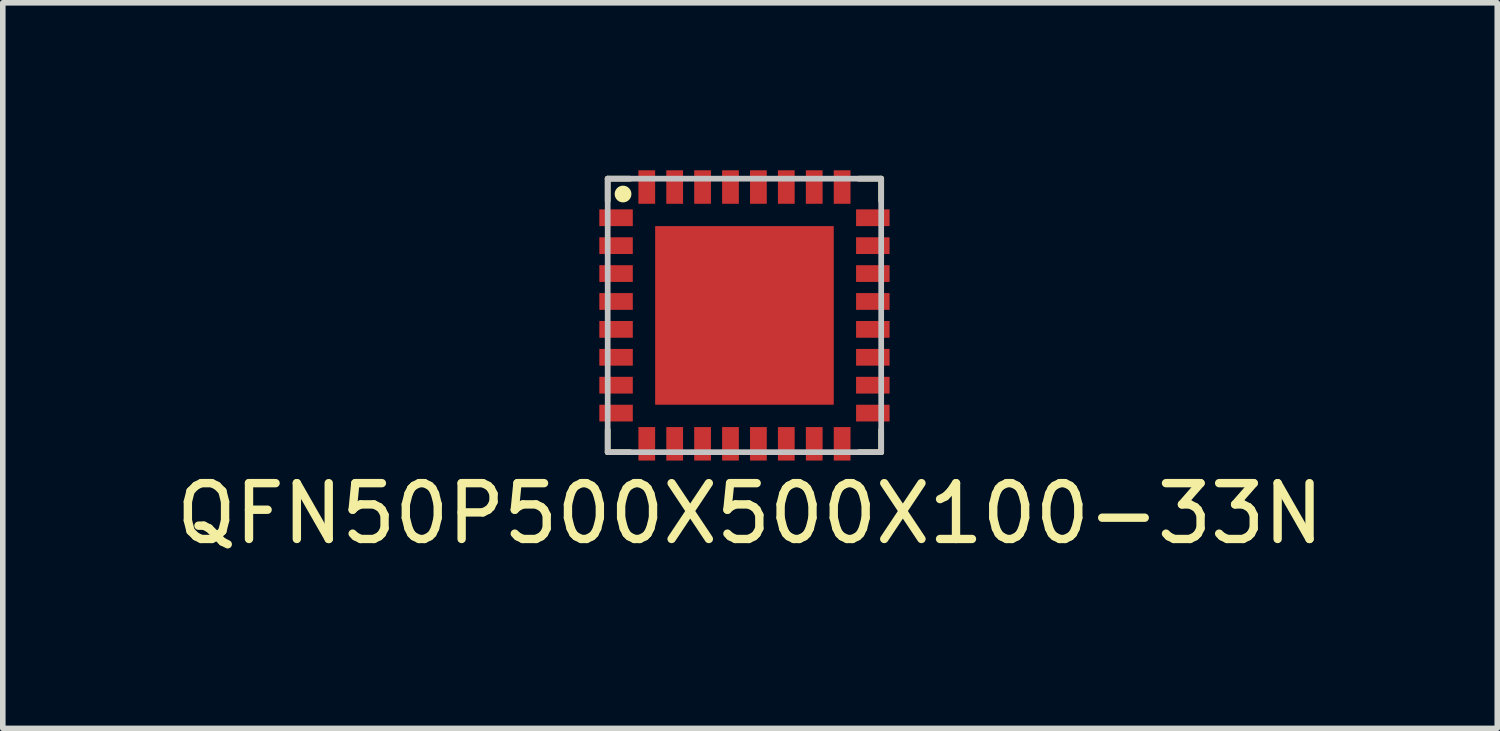
<source format=kicad_pcb>
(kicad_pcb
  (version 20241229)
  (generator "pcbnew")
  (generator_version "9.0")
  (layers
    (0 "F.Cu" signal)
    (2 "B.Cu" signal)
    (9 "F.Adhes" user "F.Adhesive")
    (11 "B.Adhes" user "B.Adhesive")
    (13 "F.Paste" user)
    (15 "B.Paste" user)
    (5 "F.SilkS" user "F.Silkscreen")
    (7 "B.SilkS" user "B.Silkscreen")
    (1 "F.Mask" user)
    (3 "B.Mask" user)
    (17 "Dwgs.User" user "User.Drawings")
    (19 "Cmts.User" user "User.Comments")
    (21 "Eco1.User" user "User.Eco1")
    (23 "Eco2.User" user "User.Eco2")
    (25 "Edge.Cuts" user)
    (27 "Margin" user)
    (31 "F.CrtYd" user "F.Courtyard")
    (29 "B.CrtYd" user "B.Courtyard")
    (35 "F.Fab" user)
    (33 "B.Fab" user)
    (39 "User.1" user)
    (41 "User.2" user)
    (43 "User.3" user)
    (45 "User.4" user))
  (footprint "QFN50P500X500X100-33N"
    (layer "F.Cu")
    (at 10.287 2.601)
    (property "Reference" "QFN50P500X500X100-33N" (at 0.1 3.55 0) (layer "F.SilkS") (effects (font (size 1 1) (thickness 0.15))))
    (attr smd)
    (fp_poly (pts (xy -2.55 -1.35) (xy -2.05 -1.35) (xy -2.05 -1.15) (xy -2.55 -1.15)) (stroke (width 0.102) (type solid)) (fill yes) (layer "F.Mask"))
    (fp_poly (pts (xy -2.55 -0.85) (xy -2.05 -0.85) (xy -2.05 -0.65) (xy -2.55 -0.65)) (stroke (width 0.102) (type solid)) (fill yes) (layer "F.Mask"))
    (fp_poly (pts (xy -2.55 -0.35) (xy -2.05 -0.35) (xy -2.05 -0.15) (xy -2.55 -0.15)) (stroke (width 0.102) (type solid)) (fill yes) (layer "F.Mask"))
    (fp_poly (pts (xy -2.55 0.15) (xy -2.05 0.15) (xy -2.05 0.35) (xy -2.55 0.35)) (stroke (width 0.102) (type solid)) (fill yes) (layer "F.Mask"))
    (fp_poly (pts (xy -2.55 0.65) (xy -2.05 0.65) (xy -2.05 0.85) (xy -2.55 0.85)) (stroke (width 0.102) (type solid)) (fill yes) (layer "F.Mask"))
    (fp_poly (pts (xy -2.55 1.15) (xy -2.05 1.15) (xy -2.05 1.35) (xy -2.55 1.35)) (stroke (width 0.102) (type solid)) (fill yes) (layer "F.Mask"))
    (fp_poly (pts (xy -1.35 2.55) (xy -1.35 2.05) (xy -1.15 2.05) (xy -1.15 2.55)) (stroke (width 0.102) (type solid)) (fill yes) (layer "F.Mask"))
    (fp_poly (pts (xy -1.15 -2.55) (xy -1.15 -2.05) (xy -1.35 -2.05) (xy -1.35 -2.55)) (stroke (width 0.102) (type solid)) (fill yes) (layer "F.Mask"))
    (fp_poly (pts (xy -0.85 2.55) (xy -0.85 2.05) (xy -0.65 2.05) (xy -0.65 2.55)) (stroke (width 0.102) (type solid)) (fill yes) (layer "F.Mask"))
    (fp_poly (pts (xy -0.65 -2.55) (xy -0.65 -2.05) (xy -0.85 -2.05) (xy -0.85 -2.55)) (stroke (width 0.102) (type solid)) (fill yes) (layer "F.Mask"))
    (fp_poly (pts (xy -0.35 2.55) (xy -0.35 2.05) (xy -0.15 2.05) (xy -0.15 2.55)) (stroke (width 0.102) (type solid)) (fill yes) (layer "F.Mask"))
    (fp_poly (pts (xy -0.15 -2.55) (xy -0.15 -2.05) (xy -0.35 -2.05) (xy -0.35 -2.55)) (stroke (width 0.102) (type solid)) (fill yes) (layer "F.Mask"))
    (fp_poly (pts (xy 0.15 2.55) (xy 0.15 2.05) (xy 0.35 2.05) (xy 0.35 2.55)) (stroke (width 0.102) (type solid)) (fill yes) (layer "F.Mask"))
    (fp_poly (pts (xy 0.35 -2.55) (xy 0.35 -2.05) (xy 0.15 -2.05) (xy 0.15 -2.55)) (stroke (width 0.102) (type solid)) (fill yes) (layer "F.Mask"))
    (fp_poly (pts (xy 0.65 2.55) (xy 0.65 2.05) (xy 0.85 2.05) (xy 0.85 2.55)) (stroke (width 0.102) (type solid)) (fill yes) (layer "F.Mask"))
    (fp_poly (pts (xy 0.85 -2.55) (xy 0.85 -2.05) (xy 0.65 -2.05) (xy 0.65 -2.55)) (stroke (width 0.102) (type solid)) (fill yes) (layer "F.Mask"))
    (fp_poly (pts (xy 1.15 2.55) (xy 1.15 2.05) (xy 1.35 2.05) (xy 1.35 2.55)) (stroke (width 0.102) (type solid)) (fill yes) (layer "F.Mask"))
    (fp_poly (pts (xy 1.35 -2.55) (xy 1.35 -2.05) (xy 1.15 -2.05) (xy 1.15 -2.55)) (stroke (width 0.102) (type solid)) (fill yes) (layer "F.Mask"))
    (fp_poly (pts (xy 2.55 -1.15) (xy 2.05 -1.15) (xy 2.05 -1.35) (xy 2.55 -1.35)) (stroke (width 0.102) (type solid)) (fill yes) (layer "F.Mask"))
    (fp_poly (pts (xy 2.55 -0.65) (xy 2.05 -0.65) (xy 2.05 -0.85) (xy 2.55 -0.85)) (stroke (width 0.102) (type solid)) (fill yes) (layer "F.Mask"))
    (fp_poly (pts (xy 2.55 -0.15) (xy 2.05 -0.15) (xy 2.05 -0.35) (xy 2.55 -0.35)) (stroke (width 0.102) (type solid)) (fill yes) (layer "F.Mask"))
    (fp_poly (pts (xy 2.55 0.35) (xy 2.05 0.35) (xy 2.05 0.15) (xy 2.55 0.15)) (stroke (width 0.102) (type solid)) (fill yes) (layer "F.Mask"))
    (fp_poly (pts (xy 2.55 0.85) (xy 2.05 0.85) (xy 2.05 0.65) (xy 2.55 0.65)) (stroke (width 0.102) (type solid)) (fill yes) (layer "F.Mask"))
    (fp_poly (pts (xy 2.55 1.35) (xy 2.05 1.35) (xy 2.05 1.15) (xy 2.55 1.15)) (stroke (width 0.102) (type solid)) (fill yes) (layer "F.Mask"))
    (fp_poly (pts (xy -2.55 -1.85) (xy -2.1 -1.85) (xy -2.05 -1.8) (xy -2.05 -1.65) (xy -2.55 -1.65)) (stroke (width 0.102) (type solid)) (fill yes) (layer "F.Mask"))
    (fp_poly (pts (xy -2.55 1.85) (xy -2.1 1.85) (xy -2.05 1.8) (xy -2.05 1.65) (xy -2.55 1.65)) (stroke (width 0.102) (type solid)) (fill yes) (layer "F.Mask"))
    (fp_poly (pts (xy -1.85 -2.55) (xy -1.85 -2.1) (xy -1.8 -2.05) (xy -1.65 -2.05) (xy -1.65 -2.55)) (stroke (width 0.102) (type solid)) (fill yes) (layer "F.Mask"))
    (fp_poly (pts (xy -1.85 2.55) (xy -1.85 2.1) (xy -1.8 2.05) (xy -1.65 2.05) (xy -1.65 2.55)) (stroke (width 0.102) (type solid)) (fill yes) (layer "F.Mask"))
    (fp_poly (pts (xy -1.325 -1.175) (xy -1.175 -1.325) (xy 1.325 -1.325) (xy 1.325 1.325) (xy -1.325 1.325)) (stroke (width 0.5) (type solid)) (fill yes) (layer "F.Mask"))
    (fp_poly (pts (xy 1.85 -2.55) (xy 1.85 -2.1) (xy 1.8 -2.05) (xy 1.65 -2.05) (xy 1.65 -2.55)) (stroke (width 0.102) (type solid)) (fill yes) (layer "F.Mask"))
    (fp_poly (pts (xy 1.85 2.55) (xy 1.85 2.1) (xy 1.8 2.05) (xy 1.65 2.05) (xy 1.65 2.55)) (stroke (width 0.102) (type solid)) (fill yes) (layer "F.Mask"))
    (fp_poly (pts (xy 2.55 -1.85) (xy 2.1 -1.85) (xy 2.05 -1.8) (xy 2.05 -1.65) (xy 2.55 -1.65)) (stroke (width 0.102) (type solid)) (fill yes) (layer "F.Mask"))
    (fp_poly (pts (xy 2.55 1.85) (xy 2.1 1.85) (xy 2.05 1.8) (xy 2.05 1.65) (xy 2.55 1.65)) (stroke (width 0.102) (type solid)) (fill yes) (layer "F.Mask"))
    (fp_line (start -2.45 -2.45) (end -2.05 -2.45) (stroke (width 0.102) (type solid)) (layer "F.SilkS"))
    (fp_line (start -2.45 -2.05) (end -2.45 -2.45) (stroke (width 0.102) (type solid)) (layer "F.SilkS"))
    (fp_line (start -2.45 2.45) (end -2.45 2.05) (stroke (width 0.102) (type solid)) (layer "F.SilkS"))
    (fp_line (start -2.05 2.45) (end -2.45 2.45) (stroke (width 0.102) (type solid)) (layer "F.SilkS"))
    (fp_line (start 2.05 -2.45) (end 2.45 -2.45) (stroke (width 0.102) (type solid)) (layer "F.SilkS"))
    (fp_line (start 2.45 -2.45) (end 2.45 -2.05) (stroke (width 0.102) (type solid)) (layer "F.SilkS"))
    (fp_line (start 2.45 2.05) (end 2.45 2.45) (stroke (width 0.102) (type solid)) (layer "F.SilkS"))
    (fp_line (start 2.45 2.45) (end 2.05 2.45) (stroke (width 0.102) (type solid)) (layer "F.SilkS"))
    (fp_circle (center -2.175 -2.175) (end -2.025 -2.175) (stroke (width 0) (type solid)) (fill yes) (layer "F.SilkS"))
    (fp_poly (pts (xy -2.525 -1.325) (xy -2.075 -1.325) (xy -2.075 -1.175) (xy -2.525 -1.175)) (stroke (width 0.102) (type solid)) (fill yes) (layer "F.Paste"))
    (fp_poly (pts (xy -2.525 -0.825) (xy -2.075 -0.825) (xy -2.075 -0.675) (xy -2.525 -0.675)) (stroke (width 0.102) (type solid)) (fill yes) (layer "F.Paste"))
    (fp_poly (pts (xy -2.525 -0.325) (xy -2.075 -0.325) (xy -2.075 -0.175) (xy -2.525 -0.175)) (stroke (width 0.102) (type solid)) (fill yes) (layer "F.Paste"))
    (fp_poly (pts (xy -2.525 0.175) (xy -2.075 0.175) (xy -2.075 0.325) (xy -2.525 0.325)) (stroke (width 0.102) (type solid)) (fill yes) (layer "F.Paste"))
    (fp_poly (pts (xy -2.525 0.675) (xy -2.075 0.675) (xy -2.075 0.825) (xy -2.525 0.825)) (stroke (width 0.102) (type solid)) (fill yes) (layer "F.Paste"))
    (fp_poly (pts (xy -2.525 1.175) (xy -2.075 1.175) (xy -2.075 1.325) (xy -2.525 1.325)) (stroke (width 0.102) (type solid)) (fill yes) (layer "F.Paste"))
    (fp_poly (pts (xy -1.325 2.525) (xy -1.325 2.075) (xy -1.175 2.075) (xy -1.175 2.525)) (stroke (width 0.102) (type solid)) (fill yes) (layer "F.Paste"))
    (fp_poly (pts (xy -1.302 -1.4) (xy -0.7 -1.4) (xy -0.7 -1.102) (xy -1.302 -1.102)) (stroke (width 0.381) (type solid)) (fill yes) (layer "F.Paste"))
    (fp_poly (pts (xy -1.302 -0.4) (xy -0.7 -0.4) (xy -0.7 -0.1) (xy -1.302 -0.1)) (stroke (width 0.381) (type solid)) (fill yes) (layer "F.Paste"))
    (fp_poly (pts (xy -1.301 0.6) (xy -0.7 0.6) (xy -0.7 0.901) (xy -1.301 0.901)) (stroke (width 0.381) (type solid)) (fill yes) (layer "F.Paste"))
    (fp_poly (pts (xy -1.301 1.1) (xy -0.7 1.1) (xy -0.7 1.401) (xy -1.301 1.401)) (stroke (width 0.381) (type solid)) (fill yes) (layer "F.Paste"))
    (fp_poly (pts (xy -1.301 -0.9) (xy -0.7 -0.9) (xy -0.7 -0.6) (xy -1.301 -0.6)) (stroke (width 0.381) (type solid)) (fill yes) (layer "F.Paste"))
    (fp_poly (pts (xy -1.301 0.1) (xy -0.7 0.1) (xy -0.7 0.4) (xy -1.301 0.4)) (stroke (width 0.381) (type solid)) (fill yes) (layer "F.Paste"))
    (fp_poly (pts (xy -1.175 -2.525) (xy -1.175 -2.075) (xy -1.325 -2.075) (xy -1.325 -2.525)) (stroke (width 0.102) (type solid)) (fill yes) (layer "F.Paste"))
    (fp_poly (pts (xy -0.825 2.525) (xy -0.825 2.075) (xy -0.675 2.075) (xy -0.675 2.525)) (stroke (width 0.102) (type solid)) (fill yes) (layer "F.Paste"))
    (fp_poly (pts (xy -0.675 -2.525) (xy -0.675 -2.075) (xy -0.825 -2.075) (xy -0.825 -2.525)) (stroke (width 0.102) (type solid)) (fill yes) (layer "F.Paste"))
    (fp_poly (pts (xy -0.325 2.525) (xy -0.325 2.075) (xy -0.175 2.075) (xy -0.175 2.525)) (stroke (width 0.102) (type solid)) (fill yes) (layer "F.Paste"))
    (fp_poly (pts (xy -0.3 -0.9) (xy 0.3 -0.9) (xy 0.3 -0.601) (xy -0.3 -0.601)) (stroke (width 0.381) (type solid)) (fill yes) (layer "F.Paste"))
    (fp_poly (pts (xy -0.3 0.1) (xy 0.3 0.1) (xy 0.3 0.401) (xy -0.3 0.401)) (stroke (width 0.381) (type solid)) (fill yes) (layer "F.Paste"))
    (fp_poly (pts (xy -0.3 0.6) (xy 0.3 0.6) (xy 0.3 0.901) (xy -0.3 0.901)) (stroke (width 0.381) (type solid)) (fill yes) (layer "F.Paste"))
    (fp_poly (pts (xy -0.3 1.1) (xy 0.3 1.1) (xy 0.3 1.402) (xy -0.3 1.402)) (stroke (width 0.381) (type solid)) (fill yes) (layer "F.Paste"))
    (fp_poly (pts (xy -0.3 -0.4) (xy 0.3 -0.4) (xy 0.3 -0.1) (xy -0.3 -0.1)) (stroke (width 0.381) (type solid)) (fill yes) (layer "F.Paste"))
    (fp_poly (pts (xy -0.3 -1.4) (xy 0.3 -1.4) (xy 0.3 -1.1) (xy -0.3 -1.1)) (stroke (width 0.381) (type solid)) (fill yes) (layer "F.Paste"))
    (fp_poly (pts (xy -0.175 -2.525) (xy -0.175 -2.075) (xy -0.325 -2.075) (xy -0.325 -2.525)) (stroke (width 0.102) (type solid)) (fill yes) (layer "F.Paste"))
    (fp_poly (pts (xy 0.175 2.525) (xy 0.175 2.075) (xy 0.325 2.075) (xy 0.325 2.525)) (stroke (width 0.102) (type solid)) (fill yes) (layer "F.Paste"))
    (fp_poly (pts (xy 0.325 -2.525) (xy 0.325 -2.075) (xy 0.175 -2.075) (xy 0.175 -2.525)) (stroke (width 0.102) (type solid)) (fill yes) (layer "F.Paste"))
    (fp_poly (pts (xy 0.675 2.525) (xy 0.675 2.075) (xy 0.825 2.075) (xy 0.825 2.525)) (stroke (width 0.102) (type solid)) (fill yes) (layer "F.Paste"))
    (fp_poly (pts (xy 0.7 -1.4) (xy 1.3 -1.4) (xy 1.3 -1.1) (xy 0.7 -1.1)) (stroke (width 0.381) (type solid)) (fill yes) (layer "F.Paste"))
    (fp_poly (pts (xy 0.7 0.1) (xy 1.3 0.1) (xy 1.3 0.4) (xy 0.7 0.4)) (stroke (width 0.381) (type solid)) (fill yes) (layer "F.Paste"))
    (fp_poly (pts (xy 0.7 0.6) (xy 1.3 0.6) (xy 1.3 0.901) (xy 0.7 0.901)) (stroke (width 0.381) (type solid)) (fill yes) (layer "F.Paste"))
    (fp_poly (pts (xy 0.701 -0.9) (xy 1.3 -0.9) (xy 1.3 -0.601) (xy 0.701 -0.601)) (stroke (width 0.381) (type solid)) (fill yes) (layer "F.Paste"))
    (fp_poly (pts (xy 0.701 1.1) (xy 1.3 1.1) (xy 1.3 1.402) (xy 0.701 1.402)) (stroke (width 0.381) (type solid)) (fill yes) (layer "F.Paste"))
    (fp_poly (pts (xy 0.701 -0.4) (xy 1.3 -0.4) (xy 1.3 -0.1) (xy 0.701 -0.1)) (stroke (width 0.381) (type solid)) (fill yes) (layer "F.Paste"))
    (fp_poly (pts (xy 0.825 -2.525) (xy 0.825 -2.075) (xy 0.675 -2.075) (xy 0.675 -2.525)) (stroke (width 0.102) (type solid)) (fill yes) (layer "F.Paste"))
    (fp_poly (pts (xy 1.175 2.525) (xy 1.175 2.075) (xy 1.325 2.075) (xy 1.325 2.525)) (stroke (width 0.102) (type solid)) (fill yes) (layer "F.Paste"))
    (fp_poly (pts (xy 1.325 -2.525) (xy 1.325 -2.075) (xy 1.175 -2.075) (xy 1.175 -2.525)) (stroke (width 0.102) (type solid)) (fill yes) (layer "F.Paste"))
    (fp_poly (pts (xy 2.525 -1.175) (xy 2.075 -1.175) (xy 2.075 -1.325) (xy 2.525 -1.325)) (stroke (width 0.102) (type solid)) (fill yes) (layer "F.Paste"))
    (fp_poly (pts (xy 2.525 -0.675) (xy 2.075 -0.675) (xy 2.075 -0.825) (xy 2.525 -0.825)) (stroke (width 0.102) (type solid)) (fill yes) (layer "F.Paste"))
    (fp_poly (pts (xy 2.525 -0.175) (xy 2.075 -0.175) (xy 2.075 -0.325) (xy 2.525 -0.325)) (stroke (width 0.102) (type solid)) (fill yes) (layer "F.Paste"))
    (fp_poly (pts (xy 2.525 0.325) (xy 2.075 0.325) (xy 2.075 0.175) (xy 2.525 0.175)) (stroke (width 0.102) (type solid)) (fill yes) (layer "F.Paste"))
    (fp_poly (pts (xy 2.525 0.825) (xy 2.075 0.825) (xy 2.075 0.675) (xy 2.525 0.675)) (stroke (width 0.102) (type solid)) (fill yes) (layer "F.Paste"))
    (fp_poly (pts (xy 2.525 1.325) (xy 2.075 1.325) (xy 2.075 1.175) (xy 2.525 1.175)) (stroke (width 0.102) (type solid)) (fill yes) (layer "F.Paste"))
    (fp_poly (pts (xy -2.525 -1.825) (xy -2.125 -1.825) (xy -2.075 -1.775) (xy -2.075 -1.675) (xy -2.525 -1.675)) (stroke (width 0.102) (type solid)) (fill yes) (layer "F.Paste"))
    (fp_poly (pts (xy -2.525 1.825) (xy -2.125 1.825) (xy -2.075 1.775) (xy -2.075 1.675) (xy -2.525 1.675)) (stroke (width 0.102) (type solid)) (fill yes) (layer "F.Paste"))
    (fp_poly (pts (xy -1.825 -2.525) (xy -1.825 -2.125) (xy -1.775 -2.075) (xy -1.675 -2.075) (xy -1.675 -2.525)) (stroke (width 0.102) (type solid)) (fill yes) (layer "F.Paste"))
    (fp_poly (pts (xy -1.825 2.525) (xy -1.825 2.125) (xy -1.775 2.075) (xy -1.675 2.075) (xy -1.675 2.525)) (stroke (width 0.102) (type solid)) (fill yes) (layer "F.Paste"))
    (fp_poly (pts (xy 1.825 -2.525) (xy 1.825 -2.125) (xy 1.775 -2.075) (xy 1.675 -2.075) (xy 1.675 -2.525)) (stroke (width 0.102) (type solid)) (fill yes) (layer "F.Paste"))
    (fp_poly (pts (xy 1.825 2.525) (xy 1.825 2.125) (xy 1.775 2.075) (xy 1.675 2.075) (xy 1.675 2.525)) (stroke (width 0.102) (type solid)) (fill yes) (layer "F.Paste"))
    (fp_poly (pts (xy 2.525 -1.825) (xy 2.125 -1.825) (xy 2.075 -1.775) (xy 2.075 -1.675) (xy 2.525 -1.675)) (stroke (width 0.102) (type solid)) (fill yes) (layer "F.Paste"))
    (fp_poly (pts (xy 2.525 1.825) (xy 2.125 1.825) (xy 2.075 1.775) (xy 2.075 1.675) (xy 2.525 1.675)) (stroke (width 0.102) (type solid)) (fill yes) (layer "F.Paste"))
    (fp_line (start -2.45 -2.45) (end 2.45 -2.45) (stroke (width 0.102) (type solid)) (layer "Dwgs.User"))
    (fp_line (start -2.45 2.45) (end -2.45 -2.45) (stroke (width 0.102) (type solid)) (layer "Dwgs.User"))
    (fp_line (start 2.45 -2.45) (end 2.45 2.45) (stroke (width 0.102) (type solid)) (layer "Dwgs.User"))
    (fp_line (start 2.45 2.45) (end -2.45 2.45) (stroke (width 0.102) (type solid)) (layer "Dwgs.User"))
    (pad "1" smd rect (at -2.3 -1.75) (size 0.6 0.3) (layers "F.Cu" "F.Mask" "F.Paste"))
    (pad "2" smd rect (at -2.3 -1.25) (size 0.6 0.3) (layers "F.Cu" "F.Mask" "F.Paste"))
    (pad "3" smd rect (at -2.3 -0.75) (size 0.6 0.3) (layers "F.Cu" "F.Mask" "F.Paste"))
    (pad "4" smd rect (at -2.3 -0.25) (size 0.6 0.3) (layers "F.Cu" "F.Mask" "F.Paste"))
    (pad "5" smd rect (at -2.3 0.25) (size 0.6 0.3) (layers "F.Cu" "F.Mask" "F.Paste"))
    (pad "6" smd rect (at -2.3 0.75) (size 0.6 0.3) (layers "F.Cu" "F.Mask" "F.Paste"))
    (pad "7" smd rect (at -2.3 1.25) (size 0.6 0.3) (layers "F.Cu" "F.Mask" "F.Paste"))
    (pad "8" smd rect (at -2.3 1.75) (size 0.6 0.3) (layers "F.Cu" "F.Mask" "F.Paste"))
    (pad "9" smd rect (at -1.75 2.3 90) (size 0.6 0.3) (layers "F.Cu" "F.Mask" "F.Paste"))
    (pad "10" smd rect (at -1.25 2.3 90) (size 0.6 0.3) (layers "F.Cu" "F.Mask" "F.Paste"))
    (pad "11" smd rect (at -0.75 2.3 90) (size 0.6 0.3) (layers "F.Cu" "F.Mask" "F.Paste"))
    (pad "12" smd rect (at -0.25 2.3 90) (size 0.6 0.3) (layers "F.Cu" "F.Mask" "F.Paste"))
    (pad "13" smd rect (at 0.25 2.3 90) (size 0.6 0.3) (layers "F.Cu" "F.Mask" "F.Paste"))
    (pad "14" smd rect (at 0.75 2.3 90) (size 0.6 0.3) (layers "F.Cu" "F.Mask" "F.Paste"))
    (pad "15" smd rect (at 1.25 2.3 90) (size 0.6 0.3) (layers "F.Cu" "F.Mask" "F.Paste"))
    (pad "16" smd rect (at 1.75 2.3 90) (size 0.6 0.3) (layers "F.Cu" "F.Mask" "F.Paste"))
    (pad "17" smd rect (at 2.3 1.75 180) (size 0.6 0.3) (layers "F.Cu" "F.Mask" "F.Paste"))
    (pad "18" smd rect (at 2.3 1.25 180) (size 0.6 0.3) (layers "F.Cu" "F.Mask" "F.Paste"))
    (pad "19" smd rect (at 2.3 0.75 180) (size 0.6 0.3) (layers "F.Cu" "F.Mask" "F.Paste"))
    (pad "20" smd rect (at 2.3 0.25 180) (size 0.6 0.3) (layers "F.Cu" "F.Mask" "F.Paste"))
    (pad "21" smd rect (at 2.3 -0.25 180) (size 0.6 0.3) (layers "F.Cu" "F.Mask" "F.Paste"))
    (pad "22" smd rect (at 2.3 -0.75 180) (size 0.6 0.3) (layers "F.Cu" "F.Mask" "F.Paste"))
    (pad "23" smd rect (at 2.3 -1.25 180) (size 0.6 0.3) (layers "F.Cu" "F.Mask" "F.Paste"))
    (pad "24" smd rect (at 2.3 -1.75 180) (size 0.6 0.3) (layers "F.Cu" "F.Mask" "F.Paste"))
    (pad "25" smd rect (at 1.75 -2.3 270) (size 0.6 0.3) (layers "F.Cu" "F.Mask" "F.Paste"))
    (pad "26" smd rect (at 1.25 -2.3 270) (size 0.6 0.3) (layers "F.Cu" "F.Mask" "F.Paste"))
    (pad "27" smd rect (at 0.75 -2.3 270) (size 0.6 0.3) (layers "F.Cu" "F.Mask" "F.Paste"))
    (pad "28" smd rect (at 0.25 -2.3 270) (size 0.6 0.3) (layers "F.Cu" "F.Mask" "F.Paste"))
    (pad "29" smd rect (at -0.25 -2.3 270) (size 0.6 0.3) (layers "F.Cu" "F.Mask" "F.Paste"))
    (pad "30" smd rect (at -0.75 -2.3 270) (size 0.6 0.3) (layers "F.Cu" "F.Mask" "F.Paste"))
    (pad "31" smd rect (at -1.25 -2.3 270) (size 0.6 0.3) (layers "F.Cu" "F.Mask" "F.Paste"))
    (pad "32" smd rect (at -1.75 -2.3 270) (size 0.6 0.3) (layers "F.Cu" "F.Mask" "F.Paste"))
    (pad "EXP" smd rect (at 0 0) (size 3.2 3.2) (layers "F.Cu" "F.Mask" "F.Paste")))
  (gr_rect
    (start -3 -3)
    (end 23.774 9.999)
    (stroke (width 0.1) (type default))
    (fill no)
    (layer "Edge.Cuts")))
</source>
